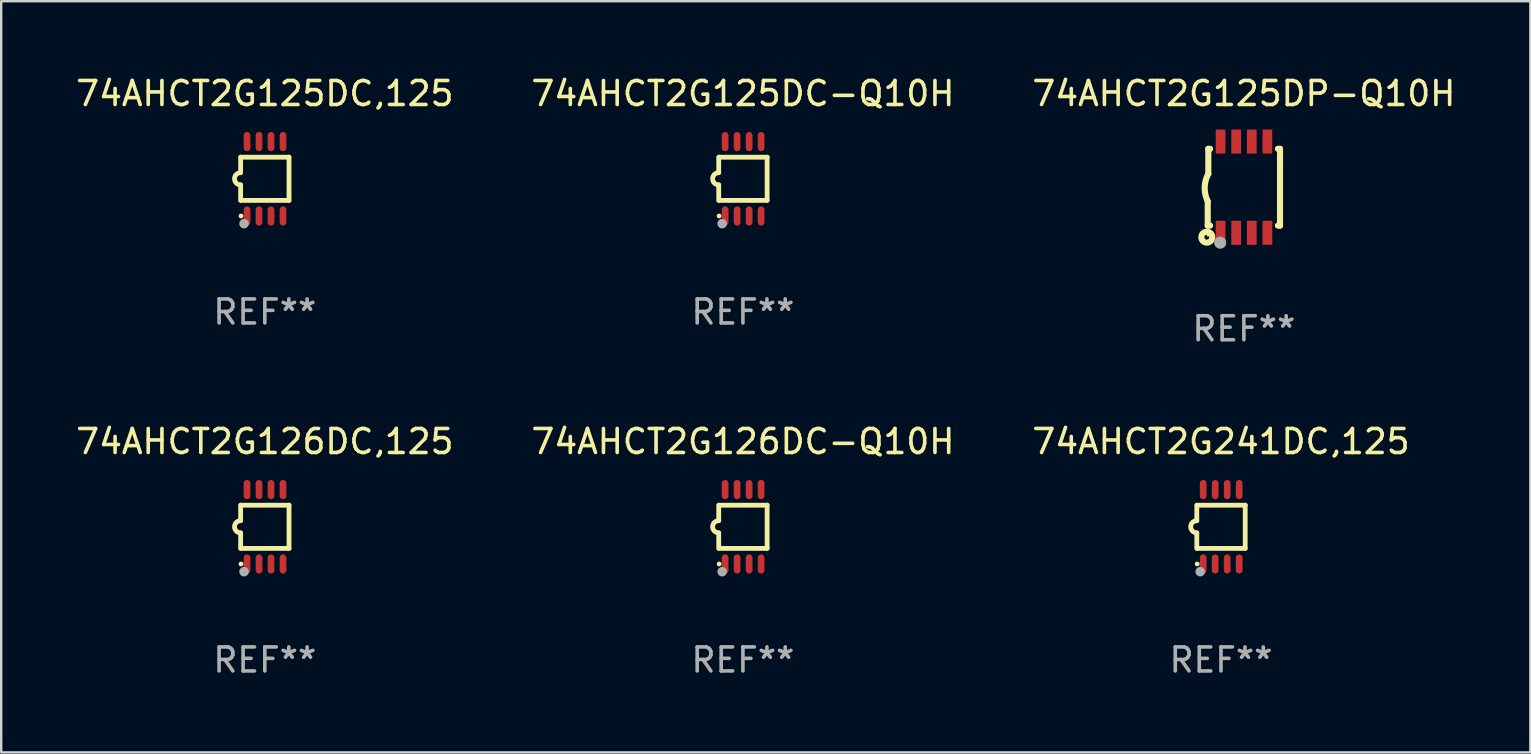
<source format=kicad_pcb>
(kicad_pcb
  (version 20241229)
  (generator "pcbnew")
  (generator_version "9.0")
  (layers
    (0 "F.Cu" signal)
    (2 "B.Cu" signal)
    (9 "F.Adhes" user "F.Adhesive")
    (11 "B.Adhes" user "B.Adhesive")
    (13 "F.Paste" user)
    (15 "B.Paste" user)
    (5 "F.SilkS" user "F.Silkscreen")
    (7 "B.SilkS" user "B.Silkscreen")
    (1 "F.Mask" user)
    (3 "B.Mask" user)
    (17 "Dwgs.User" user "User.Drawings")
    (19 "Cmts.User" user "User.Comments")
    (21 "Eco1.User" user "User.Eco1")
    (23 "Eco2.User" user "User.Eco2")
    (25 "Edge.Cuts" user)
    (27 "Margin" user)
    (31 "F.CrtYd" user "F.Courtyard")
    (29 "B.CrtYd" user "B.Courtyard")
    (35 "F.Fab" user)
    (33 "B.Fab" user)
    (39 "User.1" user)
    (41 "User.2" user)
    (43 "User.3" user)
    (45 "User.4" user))
  (footprint "74AHCT2G125DC-Q10H"
    (layer "F.Cu")
    (at 27.899 4.398)
    (property "Reference" "74AHCT2G125DC-Q10H" (at 0 -3.55 0) (layer "F.SilkS") (effects (font (size 1 1) (thickness 0.15))))
    (attr through_hole)
    (fp_line (start -1.008 -0.254) (end -1.008 -0.9) (stroke (width 0.2) (type solid)) (layer "F.SilkS"))
    (fp_line (start -1.008 0.254) (end -1.008 0.9) (stroke (width 0.2) (type solid)) (layer "F.SilkS"))
    (fp_line (start -0.992 0.9) (end 1.008 0.9) (stroke (width 0.2) (type solid)) (layer "F.SilkS"))
    (fp_line (start 1.008 -0.9) (end -0.992 -0.9) (stroke (width 0.2) (type solid)) (layer "F.SilkS"))
    (fp_line (start 1.008 0.9) (end 1.008 -0.9) (stroke (width 0.2) (type solid)) (layer "F.SilkS"))
    (fp_arc (start -1.008001 0.254001) (mid -1.262002 0) (end -1.008001 -0.254001) (stroke (width 0.2) (type solid)) (layer "F.SilkS"))
    (fp_circle (center -0.992 1.55) (end -0.942 1.55) (stroke (width 0.1) (type solid)) (fill no) (layer "F.SilkS"))
    (fp_circle (center -0.866 1.87) (end -0.766 1.87) (stroke (width 0.2) (type solid)) (fill no) (layer "F.Fab"))
    (fp_text user "REF**" (at 0 5.55 0) (layer "F.Fab") (effects (font (size 1 1) (thickness 0.15))))
    (pad "1" smd oval (at -0.742 1.55 270) (size 0.8 0.28) (layers "F.Cu" "F.Mask" "F.Paste"))
    (pad "2" smd oval (at -0.242 1.55 270) (size 0.8 0.28) (layers "F.Cu" "F.Mask" "F.Paste"))
    (pad "3" smd oval (at 0.258 1.55 270) (size 0.8 0.28) (layers "F.Cu" "F.Mask" "F.Paste"))
    (pad "4" smd oval (at 0.758 1.55 270) (size 0.8 0.28) (layers "F.Cu" "F.Mask" "F.Paste"))
    (pad "5" smd oval (at 0.758 -1.55 270) (size 0.8 0.28) (layers "F.Cu" "F.Mask" "F.Paste"))
    (pad "6" smd oval (at 0.258 -1.55 270) (size 0.8 0.28) (layers "F.Cu" "F.Mask" "F.Paste"))
    (pad "7" smd oval (at -0.242 -1.55 270) (size 0.8 0.28) (layers "F.Cu" "F.Mask" "F.Paste"))
    (pad "8" smd oval (at -0.742 -1.55 270) (size 0.8 0.28) (layers "F.Cu" "F.Mask" "F.Paste")))
  (footprint "74AHCT2G125DC,125"
    (layer "F.Cu")
    (at 7.982 4.398)
    (property "Reference" "74AHCT2G125DC,125" (at 0 -3.55 0) (layer "F.SilkS") (effects (font (size 1 1) (thickness 0.15))))
    (attr through_hole)
    (fp_line (start -1.008 -0.254) (end -1.008 -0.9) (stroke (width 0.2) (type solid)) (layer "F.SilkS"))
    (fp_line (start -1.008 0.254) (end -1.008 0.9) (stroke (width 0.2) (type solid)) (layer "F.SilkS"))
    (fp_line (start -0.992 0.9) (end 1.008 0.9) (stroke (width 0.2) (type solid)) (layer "F.SilkS"))
    (fp_line (start 1.008 -0.9) (end -0.992 -0.9) (stroke (width 0.2) (type solid)) (layer "F.SilkS"))
    (fp_line (start 1.008 0.9) (end 1.008 -0.9) (stroke (width 0.2) (type solid)) (layer "F.SilkS"))
    (fp_arc (start -1.008001 0.254001) (mid -1.262002 0) (end -1.008001 -0.254001) (stroke (width 0.2) (type solid)) (layer "F.SilkS"))
    (fp_circle (center -0.992 1.55) (end -0.942 1.55) (stroke (width 0.1) (type solid)) (fill no) (layer "F.SilkS"))
    (fp_circle (center -0.866 1.87) (end -0.766 1.87) (stroke (width 0.2) (type solid)) (fill no) (layer "F.Fab"))
    (fp_text user "REF**" (at 0 5.55 0) (layer "F.Fab") (effects (font (size 1 1) (thickness 0.15))))
    (pad "1" smd oval (at -0.742 1.55 270) (size 0.8 0.28) (layers "F.Cu" "F.Mask" "F.Paste"))
    (pad "2" smd oval (at -0.242 1.55 270) (size 0.8 0.28) (layers "F.Cu" "F.Mask" "F.Paste"))
    (pad "3" smd oval (at 0.258 1.55 270) (size 0.8 0.28) (layers "F.Cu" "F.Mask" "F.Paste"))
    (pad "4" smd oval (at 0.758 1.55 270) (size 0.8 0.28) (layers "F.Cu" "F.Mask" "F.Paste"))
    (pad "5" smd oval (at 0.758 -1.55 270) (size 0.8 0.28) (layers "F.Cu" "F.Mask" "F.Paste"))
    (pad "6" smd oval (at 0.258 -1.55 270) (size 0.8 0.28) (layers "F.Cu" "F.Mask" "F.Paste"))
    (pad "7" smd oval (at -0.242 -1.55 270) (size 0.8 0.28) (layers "F.Cu" "F.Mask" "F.Paste"))
    (pad "8" smd oval (at -0.742 -1.55 270) (size 0.8 0.28) (layers "F.Cu" "F.Mask" "F.Paste")))
  (footprint "74AHCT2G126DC-Q10H"
    (layer "F.Cu")
    (at 27.899 18.895)
    (property "Reference" "74AHCT2G126DC-Q10H" (at 0 -3.55 0) (layer "F.SilkS") (effects (font (size 1 1) (thickness 0.15))))
    (attr through_hole)
    (fp_line (start -1.008 -0.254) (end -1.008 -0.9) (stroke (width 0.2) (type solid)) (layer "F.SilkS"))
    (fp_line (start -1.008 0.254) (end -1.008 0.9) (stroke (width 0.2) (type solid)) (layer "F.SilkS"))
    (fp_line (start -0.992 0.9) (end 1.008 0.9) (stroke (width 0.2) (type solid)) (layer "F.SilkS"))
    (fp_line (start 1.008 -0.9) (end -0.992 -0.9) (stroke (width 0.2) (type solid)) (layer "F.SilkS"))
    (fp_line (start 1.008 0.9) (end 1.008 -0.9) (stroke (width 0.2) (type solid)) (layer "F.SilkS"))
    (fp_arc (start -1.008001 0.254001) (mid -1.262002 0) (end -1.008001 -0.254001) (stroke (width 0.2) (type solid)) (layer "F.SilkS"))
    (fp_circle (center -0.992 1.55) (end -0.942 1.55) (stroke (width 0.1) (type solid)) (fill no) (layer "F.SilkS"))
    (fp_circle (center -0.866 1.87) (end -0.766 1.87) (stroke (width 0.2) (type solid)) (fill no) (layer "F.Fab"))
    (fp_text user "REF**" (at 0 5.55 0) (layer "F.Fab") (effects (font (size 1 1) (thickness 0.15))))
    (pad "1" smd oval (at -0.742 1.55 270) (size 0.8 0.28) (layers "F.Cu" "F.Mask" "F.Paste"))
    (pad "2" smd oval (at -0.242 1.55 270) (size 0.8 0.28) (layers "F.Cu" "F.Mask" "F.Paste"))
    (pad "3" smd oval (at 0.258 1.55 270) (size 0.8 0.28) (layers "F.Cu" "F.Mask" "F.Paste"))
    (pad "4" smd oval (at 0.758 1.55 270) (size 0.8 0.28) (layers "F.Cu" "F.Mask" "F.Paste"))
    (pad "5" smd oval (at 0.758 -1.55 270) (size 0.8 0.28) (layers "F.Cu" "F.Mask" "F.Paste"))
    (pad "6" smd oval (at 0.258 -1.55 270) (size 0.8 0.28) (layers "F.Cu" "F.Mask" "F.Paste"))
    (pad "7" smd oval (at -0.242 -1.55 270) (size 0.8 0.28) (layers "F.Cu" "F.Mask" "F.Paste"))
    (pad "8" smd oval (at -0.742 -1.55 270) (size 0.8 0.28) (layers "F.Cu" "F.Mask" "F.Paste")))
  (footprint "74AHCT2G126DC,125"
    (layer "F.Cu")
    (at 7.982 18.895)
    (property "Reference" "74AHCT2G126DC,125" (at 0 -3.55 0) (layer "F.SilkS") (effects (font (size 1 1) (thickness 0.15))))
    (attr through_hole)
    (fp_line (start -1.008 -0.254) (end -1.008 -0.9) (stroke (width 0.2) (type solid)) (layer "F.SilkS"))
    (fp_line (start -1.008 0.254) (end -1.008 0.9) (stroke (width 0.2) (type solid)) (layer "F.SilkS"))
    (fp_line (start -0.992 0.9) (end 1.008 0.9) (stroke (width 0.2) (type solid)) (layer "F.SilkS"))
    (fp_line (start 1.008 -0.9) (end -0.992 -0.9) (stroke (width 0.2) (type solid)) (layer "F.SilkS"))
    (fp_line (start 1.008 0.9) (end 1.008 -0.9) (stroke (width 0.2) (type solid)) (layer "F.SilkS"))
    (fp_arc (start -1.008001 0.254001) (mid -1.262002 0) (end -1.008001 -0.254001) (stroke (width 0.2) (type solid)) (layer "F.SilkS"))
    (fp_circle (center -0.992 1.55) (end -0.942 1.55) (stroke (width 0.1) (type solid)) (fill no) (layer "F.SilkS"))
    (fp_circle (center -0.866 1.87) (end -0.766 1.87) (stroke (width 0.2) (type solid)) (fill no) (layer "F.Fab"))
    (fp_text user "REF**" (at 0 5.55 0) (layer "F.Fab") (effects (font (size 1 1) (thickness 0.15))))
    (pad "1" smd oval (at -0.742 1.55 270) (size 0.8 0.28) (layers "F.Cu" "F.Mask" "F.Paste"))
    (pad "2" smd oval (at -0.242 1.55 270) (size 0.8 0.28) (layers "F.Cu" "F.Mask" "F.Paste"))
    (pad "3" smd oval (at 0.258 1.55 270) (size 0.8 0.28) (layers "F.Cu" "F.Mask" "F.Paste"))
    (pad "4" smd oval (at 0.758 1.55 270) (size 0.8 0.28) (layers "F.Cu" "F.Mask" "F.Paste"))
    (pad "5" smd oval (at 0.758 -1.55 270) (size 0.8 0.28) (layers "F.Cu" "F.Mask" "F.Paste"))
    (pad "6" smd oval (at 0.258 -1.55 270) (size 0.8 0.28) (layers "F.Cu" "F.Mask" "F.Paste"))
    (pad "7" smd oval (at -0.242 -1.55 270) (size 0.8 0.28) (layers "F.Cu" "F.Mask" "F.Paste"))
    (pad "8" smd oval (at -0.742 -1.55 270) (size 0.8 0.28) (layers "F.Cu" "F.Mask" "F.Paste")))
  (footprint "74AHCT2G241DC,125"
    (layer "F.Cu")
    (at 47.815 18.895)
    (property "Reference" "74AHCT2G241DC,125" (at 0 -3.55 0) (layer "F.SilkS") (effects (font (size 1 1) (thickness 0.15))))
    (attr through_hole)
    (fp_line (start -1.008 -0.254) (end -1.008 -0.9) (stroke (width 0.2) (type solid)) (layer "F.SilkS"))
    (fp_line (start -1.008 0.254) (end -1.008 0.9) (stroke (width 0.2) (type solid)) (layer "F.SilkS"))
    (fp_line (start -0.992 0.9) (end 1.008 0.9) (stroke (width 0.2) (type solid)) (layer "F.SilkS"))
    (fp_line (start 1.008 -0.9) (end -0.992 -0.9) (stroke (width 0.2) (type solid)) (layer "F.SilkS"))
    (fp_line (start 1.008 0.9) (end 1.008 -0.9) (stroke (width 0.2) (type solid)) (layer "F.SilkS"))
    (fp_arc (start -1.008001 0.254001) (mid -1.262002 0) (end -1.008001 -0.254001) (stroke (width 0.2) (type solid)) (layer "F.SilkS"))
    (fp_circle (center -0.992 1.55) (end -0.942 1.55) (stroke (width 0.1) (type solid)) (fill no) (layer "F.SilkS"))
    (fp_circle (center -0.866 1.87) (end -0.766 1.87) (stroke (width 0.2) (type solid)) (fill no) (layer "F.Fab"))
    (fp_text user "REF**" (at 0 5.55 0) (layer "F.Fab") (effects (font (size 1 1) (thickness 0.15))))
    (pad "1" smd oval (at -0.742 1.55 270) (size 0.8 0.28) (layers "F.Cu" "F.Mask" "F.Paste"))
    (pad "2" smd oval (at -0.242 1.55 270) (size 0.8 0.28) (layers "F.Cu" "F.Mask" "F.Paste"))
    (pad "3" smd oval (at 0.258 1.55 270) (size 0.8 0.28) (layers "F.Cu" "F.Mask" "F.Paste"))
    (pad "4" smd oval (at 0.758 1.55 270) (size 0.8 0.28) (layers "F.Cu" "F.Mask" "F.Paste"))
    (pad "5" smd oval (at 0.758 -1.55 270) (size 0.8 0.28) (layers "F.Cu" "F.Mask" "F.Paste"))
    (pad "6" smd oval (at 0.258 -1.55 270) (size 0.8 0.28) (layers "F.Cu" "F.Mask" "F.Paste"))
    (pad "7" smd oval (at -0.242 -1.55 270) (size 0.8 0.28) (layers "F.Cu" "F.Mask" "F.Paste"))
    (pad "8" smd oval (at -0.742 -1.55 270) (size 0.8 0.28) (layers "F.Cu" "F.Mask" "F.Paste")))
  (footprint "74AHCT2G125DP-Q10H"
    (layer "F.Cu")
    (at 48.768 4.748)
    (property "Reference" "74AHCT2G125DP-Q10H" (at 0 -3.9 0) (layer "F.SilkS") (effects (font (size 1 1) (thickness 0.15))))
    (attr through_hole)
    (fp_line (start -1.506 1.6) (end -1.506 0.584) (stroke (width 0.254) (type solid)) (layer "F.SilkS"))
    (fp_line (start -1.506 1.6) (end -1.407 1.6) (stroke (width 0.254) (type solid)) (layer "F.SilkS"))
    (fp_line (start -1.481 -1.599) (end -1.481 -0.549) (stroke (width 0.254) (type solid)) (layer "F.SilkS"))
    (fp_line (start -1.481 -1.599) (end -1.407 -1.599) (stroke (width 0.254) (type solid)) (layer "F.SilkS"))
    (fp_line (start 1.417 -1.599) (end 1.506 -1.599) (stroke (width 0.254) (type solid)) (layer "F.SilkS"))
    (fp_line (start 1.417 1.6) (end 1.506 1.6) (stroke (width 0.254) (type solid)) (layer "F.SilkS"))
    (fp_line (start 1.506 1.603) (end 1.506 -1.595) (stroke (width 0.254) (type solid)) (layer "F.SilkS"))
    (fp_arc (start -1.506223 0.584328) (mid -1.632455 0.00974) (end -1.480823 -0.558674) (stroke (width 0.254001) (type solid)) (layer "F.SilkS"))
    (fp_circle (center -1.544 2.083) (end -1.443 2.083) (stroke (width 0.254) (type solid)) (fill no) (layer "F.SilkS"))
    (fp_circle (center -1.495 2) (end -1.465 2) (stroke (width 0.06) (type solid)) (fill no) (layer "F.SilkS"))
    (fp_circle (center -0.986 2.312) (end -0.859 2.312) (stroke (width 0.254) (type solid)) (fill no) (layer "F.Fab"))
    (fp_text user "REF**" (at 0 5.9 0) (layer "F.Fab") (effects (font (size 1 1) (thickness 0.15))))
    (pad "1" smd rect (at -0.97 1.9 90) (size 1 0.406) (layers "F.Cu" "F.Mask" "F.Paste"))
    (pad "2" smd rect (at -0.32 1.9 90) (size 1 0.406) (layers "F.Cu" "F.Mask" "F.Paste"))
    (pad "3" smd rect (at 0.33 1.9 90) (size 1 0.406) (layers "F.Cu" "F.Mask" "F.Paste"))
    (pad "4" smd rect (at 0.98 1.9 90) (size 1 0.406) (layers "F.Cu" "F.Mask" "F.Paste"))
    (pad "5" smd rect (at 0.98 -1.9 90) (size 1 0.406) (layers "F.Cu" "F.Mask" "F.Paste"))
    (pad "6" smd rect (at 0.33 -1.9 90) (size 1 0.406) (layers "F.Cu" "F.Mask" "F.Paste"))
    (pad "7" smd rect (at -0.32 -1.9 90) (size 1 0.406) (layers "F.Cu" "F.Mask" "F.Paste"))
    (pad "8" smd rect (at -0.97 -1.9 90) (size 1 0.406) (layers "F.Cu" "F.Mask" "F.Paste")))
  (gr_rect
    (start -3 -3)
    (end 60.702 28.293)
    (stroke (width 0.1) (type default))
    (fill no)
    (layer "Edge.Cuts")))
</source>
